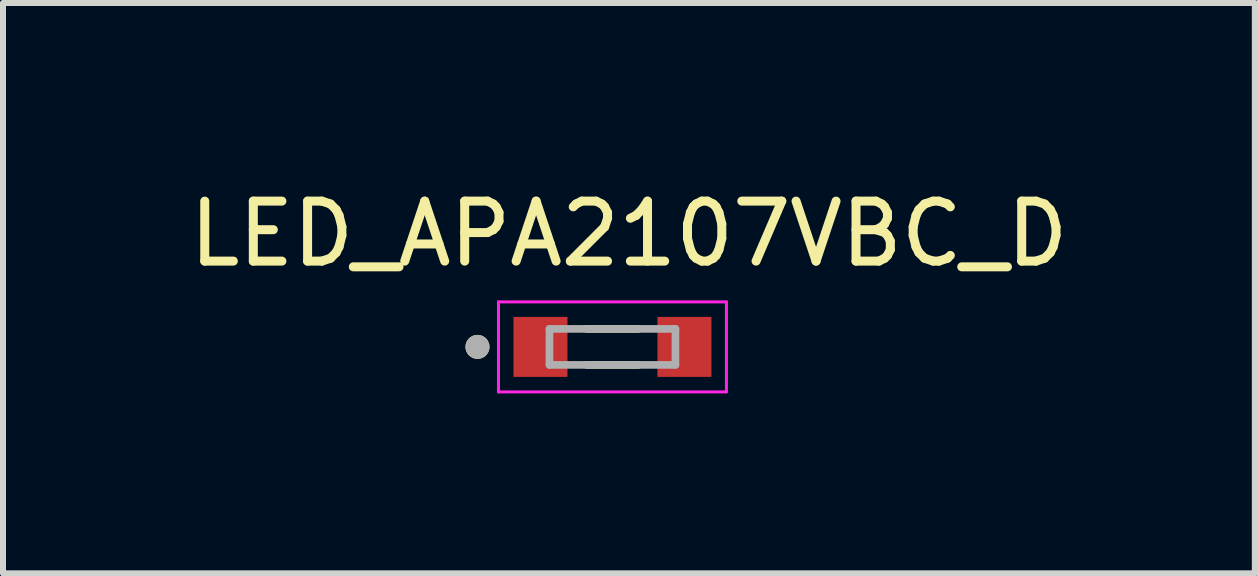
<source format=kicad_pcb>
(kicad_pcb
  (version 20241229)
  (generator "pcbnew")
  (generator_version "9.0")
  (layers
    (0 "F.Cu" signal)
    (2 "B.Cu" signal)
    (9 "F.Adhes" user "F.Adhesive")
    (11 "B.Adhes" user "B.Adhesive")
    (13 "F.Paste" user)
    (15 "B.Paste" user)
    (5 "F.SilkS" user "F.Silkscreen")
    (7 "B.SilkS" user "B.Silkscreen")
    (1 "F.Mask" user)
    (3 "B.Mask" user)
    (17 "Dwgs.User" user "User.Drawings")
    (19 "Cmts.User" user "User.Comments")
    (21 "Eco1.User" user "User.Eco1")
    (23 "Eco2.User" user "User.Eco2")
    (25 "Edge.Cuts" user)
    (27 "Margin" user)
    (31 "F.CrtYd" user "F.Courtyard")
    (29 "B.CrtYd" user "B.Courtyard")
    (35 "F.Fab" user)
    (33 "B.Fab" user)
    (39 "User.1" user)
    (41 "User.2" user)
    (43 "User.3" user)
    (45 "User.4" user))
  (footprint "LED_APA2107VBC_D"
    (layer "F.Cu")
    (at 7.16 2.733)
    (property "Reference" "LED_APA2107VBC_D" (at 0.275 -1.885 0) (layer "F.SilkS") (effects (font (size 1 1) (thickness 0.15))))
    (attr smd)
    (fp_line (start -0.43 -0.3) (end 0.43 -0.3) (stroke (width 0.127) (type solid)) (layer "F.SilkS"))
    (fp_line (start -0.43 0.3) (end 0.43 0.3) (stroke (width 0.127) (type solid)) (layer "F.SilkS"))
    (fp_circle (center -2.25 0) (end -2.15 0) (stroke (width 0.2) (type solid)) (fill no) (layer "F.SilkS"))
    (fp_line (start -1.9 -0.75) (end -1.9 0.75) (stroke (width 0.05) (type solid)) (layer "F.CrtYd"))
    (fp_line (start -1.9 0.75) (end 1.9 0.75) (stroke (width 0.05) (type solid)) (layer "F.CrtYd"))
    (fp_line (start 1.9 -0.75) (end -1.9 -0.75) (stroke (width 0.05) (type solid)) (layer "F.CrtYd"))
    (fp_line (start 1.9 0.75) (end 1.9 -0.75) (stroke (width 0.05) (type solid)) (layer "F.CrtYd"))
    (fp_line (start -1.05 -0.3) (end 1.05 -0.3) (stroke (width 0.127) (type solid)) (layer "F.Fab"))
    (fp_line (start -1.05 0.3) (end -1.05 -0.3) (stroke (width 0.127) (type solid)) (layer "F.Fab"))
    (fp_line (start 1.05 -0.3) (end 1.05 0.3) (stroke (width 0.127) (type solid)) (layer "F.Fab"))
    (fp_line (start 1.05 0.3) (end -1.05 0.3) (stroke (width 0.127) (type solid)) (layer "F.Fab"))
    (fp_circle (center -2.25 0) (end -2.15 0) (stroke (width 0.2) (type solid)) (fill no) (layer "F.Fab"))
    (pad "1" smd rect (at -1.2 0) (size 0.9 1) (layers "F.Cu" "F.Mask" "F.Paste"))
    (pad "2" smd rect (at 1.2 0) (size 0.9 1) (layers "F.Cu" "F.Mask" "F.Paste")))
  (gr_rect
    (start -3 -3)
    (end 17.869 6.508)
    (stroke (width 0.1) (type default))
    (fill no)
    (layer "Edge.Cuts")))
</source>
